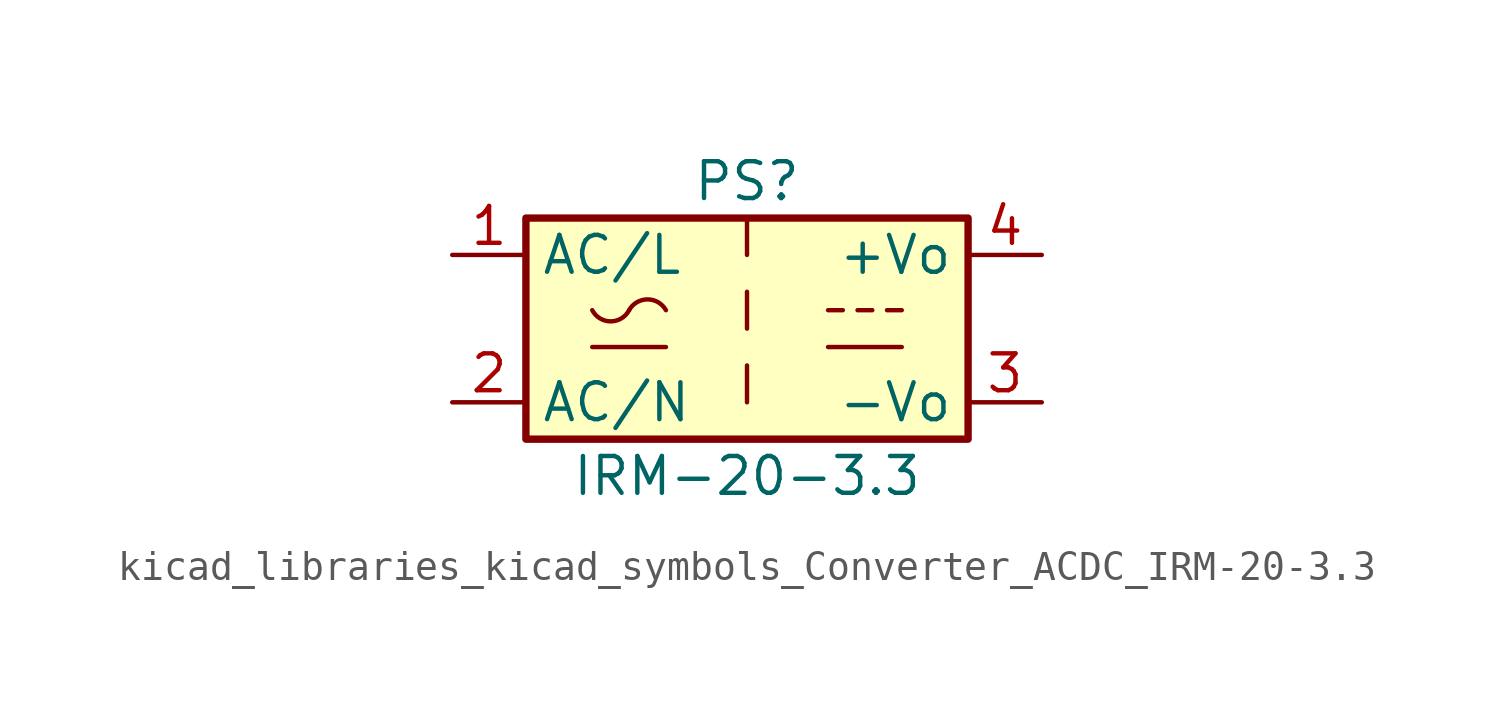
<source format=kicad_sym>
(kicad_symbol_lib
  (version 20220914)
  (generator kicad_symbol_editor)
  (symbol "kicad_libraries_kicad_symbols_Converter_ACDC_IRM-20-3.3"
    (property "Reference" "PS"
      (at 0 5.08 0)
      (effects (font (size 1.27 1.27))))
    (property "Value" "IRM-20-3.3"
      (at 0 -5.08 0)
      (effects (font (size 1.27 1.27))))
    (symbol "kicad_libraries_kicad_symbols_Converter_ACDC_IRM-20-3.3_0_1"
      (rectangle (start -7.62 3.81) (end 7.62 -3.81) (stroke (width 0.254) (type default)) (fill (type background)))
      (arc (start -5.334 0.635) (mid -4.699 0.2495) (end -4.064 0.635) (stroke (width 0) (type default)) (fill (type none)))
      (arc (start -2.794 0.635) (mid -3.429 1.0072) (end -4.064 0.635) (stroke (width 0) (type default)) (fill (type none)))
      (polyline (pts (xy -5.334 -0.635) (xy -2.794 -0.635)) (stroke (width 0) (type default)) (fill (type none)))
      (polyline (pts (xy 0 -1.27) (xy 0 -2.54)) (stroke (width 0) (type default)) (fill (type none)))
      (polyline (pts (xy 0 1.27) (xy 0 0)) (stroke (width 0) (type default)) (fill (type none)))
      (polyline (pts (xy 0 3.81) (xy 0 2.54)) (stroke (width 0) (type default)) (fill (type none)))
      (polyline (pts (xy 2.794 -0.635) (xy 5.334 -0.635)) (stroke (width 0) (type default)) (fill (type none)))
      (polyline (pts (xy 2.794 0.635) (xy 3.302 0.635)) (stroke (width 0) (type default)) (fill (type none)))
      (polyline (pts (xy 3.81 0.635) (xy 4.318 0.635)) (stroke (width 0) (type default)) (fill (type none)))
      (polyline (pts (xy 4.826 0.635) (xy 5.334 0.635)) (stroke (width 0) (type default)) (fill (type none))))
    (symbol "kicad_libraries_kicad_symbols_Converter_ACDC_IRM-20-3.3_1_1"
      (pin power_in line (at -10.16 2.54 0) (length 2.54) (name "AC/L" (effects (font (size 1.27 1.27)))) (number "1" (effects (font (size 1.27 1.27)))))
      (pin power_in line (at -10.16 -2.54 0) (length 2.54) (name "AC/N" (effects (font (size 1.27 1.27)))) (number "2" (effects (font (size 1.27 1.27)))))
      (pin power_out line (at 10.16 -2.54 180) (length 2.54) (name "-Vo" (effects (font (size 1.27 1.27)))) (number "3" (effects (font (size 1.27 1.27)))))
      (pin power_out line (at 10.16 2.54 180) (length 2.54) (name "+Vo" (effects (font (size 1.27 1.27)))) (number "4" (effects (font (size 1.27 1.27))))))))
</source>
